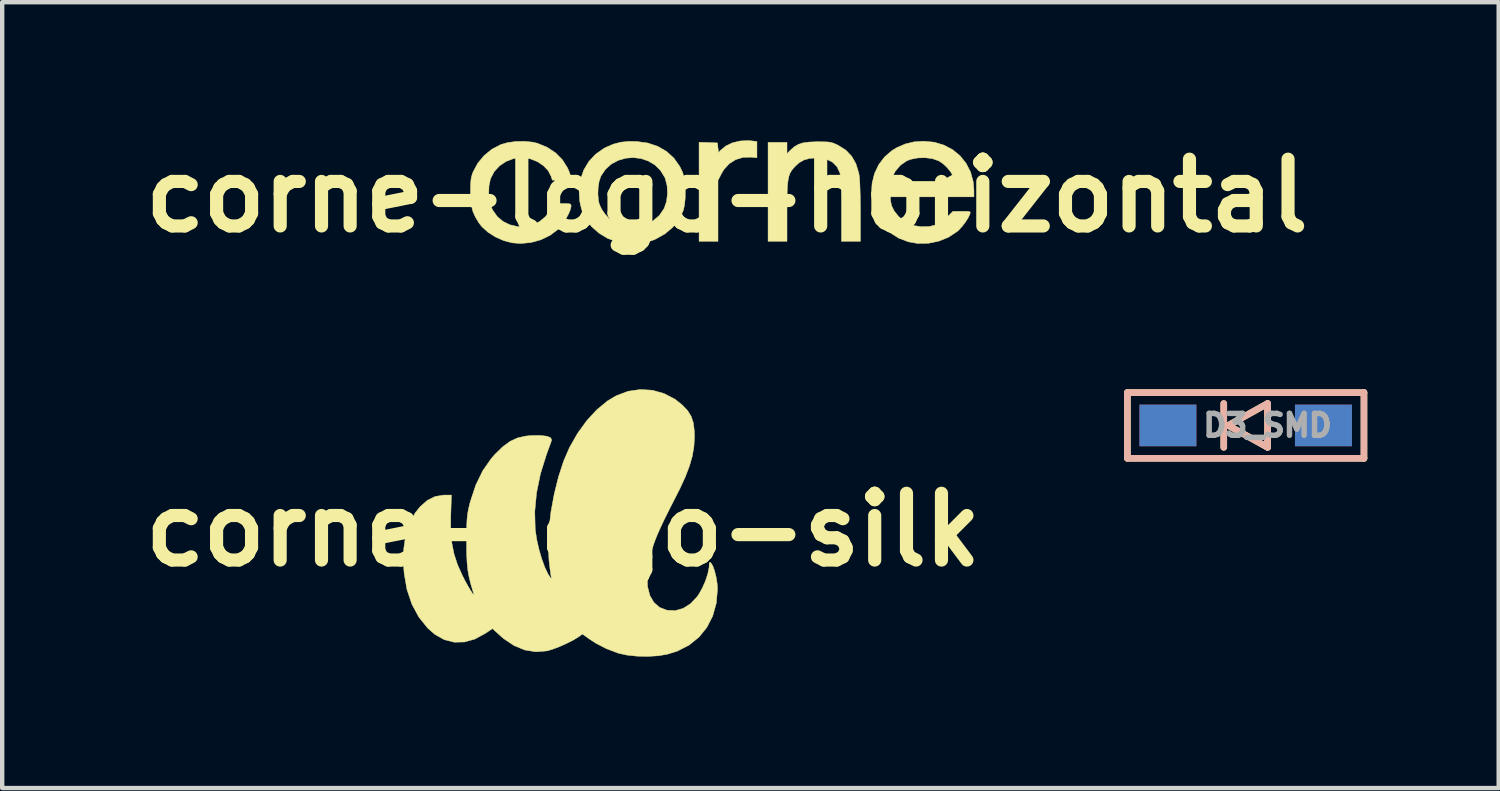
<source format=kicad_pcb>
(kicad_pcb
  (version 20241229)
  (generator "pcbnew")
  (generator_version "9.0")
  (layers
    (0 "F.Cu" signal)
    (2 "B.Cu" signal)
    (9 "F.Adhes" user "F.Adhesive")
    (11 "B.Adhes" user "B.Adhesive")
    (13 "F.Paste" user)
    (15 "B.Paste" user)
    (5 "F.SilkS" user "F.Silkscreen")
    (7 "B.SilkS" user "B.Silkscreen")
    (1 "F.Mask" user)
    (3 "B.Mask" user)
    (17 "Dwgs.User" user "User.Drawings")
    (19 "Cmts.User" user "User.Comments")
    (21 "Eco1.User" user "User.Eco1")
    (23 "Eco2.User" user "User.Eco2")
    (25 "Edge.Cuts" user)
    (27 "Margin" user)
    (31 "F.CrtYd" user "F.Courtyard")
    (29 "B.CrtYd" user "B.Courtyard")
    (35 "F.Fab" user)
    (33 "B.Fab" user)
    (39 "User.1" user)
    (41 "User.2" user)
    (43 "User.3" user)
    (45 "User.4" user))
  (footprint "D3_SMD"
    (layer "F.Cu")
    (at 25.384 6.661)
    (property "Reference" "D3_SMD" (at 0.5 0 0) (layer "F.Fab") (effects (font (size 0.5 0.5) (thickness 0.125))))
    (attr through_hole)
    (fp_line (start -2.7 -0.75) (end -2.7 0.75) (stroke (width 0.15) (type solid)) (layer "F.SilkS"))
    (fp_line (start -2.7 0.75) (end 2.7 0.75) (stroke (width 0.15) (type solid)) (layer "F.SilkS"))
    (fp_line (start -0.5 -0.5) (end -0.5 0.5) (stroke (width 0.15) (type solid)) (layer "F.SilkS"))
    (fp_line (start -0.4 0) (end 0.5 -0.5) (stroke (width 0.15) (type solid)) (layer "F.SilkS"))
    (fp_line (start 0.5 -0.5) (end 0.5 0.5) (stroke (width 0.15) (type solid)) (layer "F.SilkS"))
    (fp_line (start 0.5 0.5) (end -0.4 0) (stroke (width 0.15) (type solid)) (layer "F.SilkS"))
    (fp_line (start 2.7 -0.75) (end -2.7 -0.75) (stroke (width 0.15) (type solid)) (layer "F.SilkS"))
    (fp_line (start 2.7 -0.75) (end 2.7 0.75) (stroke (width 0.15) (type solid)) (layer "F.SilkS"))
    (fp_line (start -2.7 -0.75) (end -2.7 0.75) (stroke (width 0.15) (type solid)) (layer "B.SilkS"))
    (fp_line (start -2.7 0.75) (end 2.7 0.75) (stroke (width 0.15) (type solid)) (layer "B.SilkS"))
    (fp_line (start -0.5 -0.5) (end -0.5 0.5) (stroke (width 0.15) (type solid)) (layer "B.SilkS"))
    (fp_line (start -0.4 0) (end 0.5 -0.5) (stroke (width 0.15) (type solid)) (layer "B.SilkS"))
    (fp_line (start 0.5 -0.5) (end 0.5 0.5) (stroke (width 0.15) (type solid)) (layer "B.SilkS"))
    (fp_line (start 0.5 0.5) (end -0.4 0) (stroke (width 0.15) (type solid)) (layer "B.SilkS"))
    (fp_line (start 2.7 -0.75) (end -2.7 -0.75) (stroke (width 0.15) (type solid)) (layer "B.SilkS"))
    (fp_line (start 2.7 0.75) (end 2.7 -0.75) (stroke (width 0.15) (type solid)) (layer "B.SilkS"))
    (pad "1" smd rect (at -1.775 0) (size 1.3 0.95) (layers "F.Cu" "F.Mask" "F.Paste"))
    (pad "1" smd rect (at -1.775 0) (size 1.3 0.95) (layers "B.Cu" "B.Mask" "B.Paste"))
    (pad "2" smd rect (at 1.775 0) (size 1.3 0.95) (layers "F.Cu" "F.Mask" "F.Paste"))
    (pad "2" smd rect (at 1.775 0) (size 1.3 0.95) (layers "B.Cu" "B.Mask" "B.Paste")))
  (footprint "corne-logo-horizontal"
    (layer "F.Cu")
    (at 13.542 1.418)
    (property "Reference" "corne-logo-horizontal" (at 0 0 0) (layer "F.SilkS") (effects (font (size 1.524 1.524) (thickness 0.3))))
    (attr through_hole)
    (fp_poly (pts (xy 0.54 -1.255) (xy 0.686 -1.238) (xy 0.686 -0.867) (xy 0.552 -0.881) (xy 0.368 -0.876) (xy 0.199 -0.824) (xy 0.05 -0.729) (xy -0.071 -0.594) (xy -0.12 -0.512) (xy -0.203 -0.351) (xy -0.203 1.041) (xy -0.635 1.041) (xy -0.635 -1.221) (xy -0.425 -1.214) (xy -0.216 -1.206) (xy -0.191 -0.985) (xy -0.14 -1.041) (xy -0.022 -1.138) (xy 0.13 -1.209) (xy 0.304 -1.25) (xy 0.486 -1.259) (xy 0.54 -1.255)) (stroke (width 0.01) (type solid)) (fill yes) (layer "F.SilkS"))
    (fp_poly (pts (xy 2.202 -1.231) (xy 2.296 -1.228) (xy 2.366 -1.219) (xy 2.427 -1.202) (xy 2.491 -1.175) (xy 2.545 -1.149) (xy 2.716 -1.04) (xy 2.849 -0.901) (xy 2.946 -0.729) (xy 3.01 -0.52) (xy 3.021 -0.457) (xy 3.028 -0.386) (xy 3.035 -0.273) (xy 3.04 -0.128) (xy 3.045 0.041) (xy 3.047 0.225) (xy 3.048 0.375) (xy 3.048 1.041) (xy 2.616 1.041) (xy 2.616 0.322) (xy 2.616 0.093) (xy 2.614 -0.09) (xy 2.61 -0.235) (xy 2.604 -0.346) (xy 2.597 -0.43) (xy 2.587 -0.492) (xy 2.579 -0.523) (xy 2.514 -0.662) (xy 2.413 -0.765) (xy 2.278 -0.832) (xy 2.109 -0.862) (xy 2.055 -0.864) (xy 1.892 -0.853) (xy 1.762 -0.818) (xy 1.65 -0.754) (xy 1.57 -0.683) (xy 1.516 -0.626) (xy 1.473 -0.57) (xy 1.439 -0.51) (xy 1.414 -0.437) (xy 1.396 -0.347) (xy 1.383 -0.233) (xy 1.376 -0.089) (xy 1.373 0.093) (xy 1.372 0.317) (xy 1.372 0.373) (xy 1.372 1.041) (xy 0.94 1.041) (xy 0.94 -1.219) (xy 1.372 -1.219) (xy 1.372 -0.961) (xy 1.454 -1.044) (xy 1.54 -1.119) (xy 1.631 -1.172) (xy 1.737 -1.207) (xy 1.869 -1.225) (xy 2.039 -1.232) (xy 2.071 -1.232) (xy 2.202 -1.231)) (stroke (width 0.01) (type solid)) (fill yes) (layer "F.SilkS"))
    (fp_poly (pts (xy -2.058 -1.238) (xy -1.804 -1.203) (xy -1.576 -1.126) (xy -1.376 -1.01) (xy -1.208 -0.857) (xy -1.075 -0.668) (xy -1.01 -0.533) (xy -0.978 -0.419) (xy -0.958 -0.272) (xy -0.949 -0.106) (xy -0.952 0.06) (xy -0.967 0.213) (xy -0.995 0.334) (xy -0.998 0.343) (xy -1.094 0.54) (xy -1.233 0.717) (xy -1.41 0.867) (xy -1.618 0.985) (xy -1.693 1.017) (xy -1.825 1.053) (xy -1.988 1.076) (xy -2.164 1.086) (xy -2.333 1.082) (xy -2.479 1.062) (xy -2.512 1.054) (xy -2.726 0.971) (xy -2.92 0.853) (xy -3.087 0.706) (xy -3.218 0.536) (xy -3.269 0.441) (xy -3.307 0.338) (xy -3.341 0.214) (xy -3.361 0.111) (xy -3.369 -0.031) (xy -2.944 -0.031) (xy -2.93 0.117) (xy -2.91 0.198) (xy -2.857 0.311) (xy -2.776 0.426) (xy -2.682 0.528) (xy -2.588 0.598) (xy -2.582 0.602) (xy -2.385 0.678) (xy -2.18 0.708) (xy -1.976 0.692) (xy -1.864 0.661) (xy -1.687 0.574) (xy -1.542 0.451) (xy -1.435 0.294) (xy -1.43 0.285) (xy -1.377 0.129) (xy -1.356 -0.048) (xy -1.365 -0.227) (xy -1.406 -0.39) (xy -1.418 -0.419) (xy -1.516 -0.578) (xy -1.643 -0.703) (xy -1.794 -0.793) (xy -1.96 -0.849) (xy -2.135 -0.871) (xy -2.31 -0.857) (xy -2.479 -0.808) (xy -2.635 -0.725) (xy -2.769 -0.606) (xy -2.874 -0.452) (xy -2.915 -0.334) (xy -2.939 -0.187) (xy -2.944 -0.031) (xy -3.369 -0.031) (xy -3.374 -0.137) (xy -3.342 -0.371) (xy -3.267 -0.588) (xy -3.151 -0.782) (xy -2.998 -0.947) (xy -2.809 -1.08) (xy -2.765 -1.103) (xy -2.591 -1.178) (xy -2.419 -1.223) (xy -2.234 -1.241) (xy -2.058 -1.238)) (stroke (width 0.01) (type solid)) (fill yes) (layer "F.SilkS"))
    (fp_poly (pts (xy -4.44 -1.224) (xy -4.326 -1.198) (xy -4.105 -1.107) (xy -3.913 -0.981) (xy -3.756 -0.823) (xy -3.639 -0.638) (xy -3.604 -0.558) (xy -3.57 -0.464) (xy -3.558 -0.405) (xy -3.576 -0.373) (xy -3.628 -0.359) (xy -3.723 -0.356) (xy -3.77 -0.356) (xy -3.984 -0.356) (xy -4.015 -0.449) (xy -4.081 -0.575) (xy -4.188 -0.686) (xy -4.324 -0.777) (xy -4.48 -0.84) (xy -4.644 -0.87) (xy -4.686 -0.871) (xy -4.869 -0.848) (xy -5.039 -0.784) (xy -5.188 -0.684) (xy -5.309 -0.554) (xy -5.39 -0.401) (xy -5.397 -0.384) (xy -5.43 -0.225) (xy -5.436 -0.05) (xy -5.415 0.124) (xy -5.369 0.278) (xy -5.346 0.327) (xy -5.241 0.477) (xy -5.106 0.589) (xy -4.958 0.661) (xy -4.78 0.704) (xy -4.6 0.704) (xy -4.428 0.664) (xy -4.273 0.587) (xy -4.142 0.478) (xy -4.043 0.338) (xy -4.022 0.291) (xy -3.975 0.178) (xy -3.766 0.178) (xy -3.663 0.179) (xy -3.601 0.183) (xy -3.569 0.193) (xy -3.558 0.213) (xy -3.556 0.238) (xy -3.572 0.313) (xy -3.613 0.413) (xy -3.673 0.524) (xy -3.744 0.634) (xy -3.819 0.729) (xy -3.857 0.769) (xy -4.037 0.904) (xy -4.246 1.005) (xy -4.473 1.068) (xy -4.707 1.09) (xy -4.902 1.075) (xy -5.095 1.024) (xy -5.283 0.941) (xy -5.453 0.833) (xy -5.592 0.707) (xy -5.659 0.622) (xy -5.74 0.488) (xy -5.796 0.363) (xy -5.831 0.232) (xy -5.848 0.08) (xy -5.853 -0.089) (xy -5.851 -0.23) (xy -5.845 -0.334) (xy -5.834 -0.415) (xy -5.814 -0.487) (xy -5.795 -0.54) (xy -5.689 -0.739) (xy -5.543 -0.916) (xy -5.364 -1.062) (xy -5.159 -1.169) (xy -5.156 -1.17) (xy -5 -1.214) (xy -4.816 -1.238) (xy -4.623 -1.242) (xy -4.44 -1.224)) (stroke (width 0.01) (type solid)) (fill yes) (layer "F.SilkS"))
    (fp_poly (pts (xy 4.734 -1.222) (xy 4.956 -1.155) (xy 5.155 -1.05) (xy 5.325 -0.909) (xy 5.462 -0.737) (xy 5.563 -0.539) (xy 5.623 -0.317) (xy 5.639 -0.122) (xy 5.639 0.025) (xy 3.734 0.025) (xy 3.734 0.098) (xy 3.757 0.222) (xy 3.82 0.349) (xy 3.916 0.47) (xy 4.037 0.574) (xy 4.126 0.628) (xy 4.262 0.68) (xy 4.422 0.705) (xy 4.435 0.706) (xy 4.618 0.703) (xy 4.771 0.666) (xy 4.909 0.591) (xy 5.024 0.491) (xy 5.16 0.356) (xy 5.363 0.356) (xy 5.463 0.356) (xy 5.523 0.36) (xy 5.55 0.37) (xy 5.555 0.389) (xy 5.549 0.413) (xy 5.511 0.498) (xy 5.446 0.601) (xy 5.366 0.705) (xy 5.284 0.793) (xy 5.253 0.819) (xy 5.054 0.949) (xy 4.832 1.038) (xy 4.595 1.086) (xy 4.354 1.089) (xy 4.143 1.052) (xy 3.922 0.968) (xy 3.727 0.844) (xy 3.563 0.686) (xy 3.436 0.498) (xy 3.35 0.285) (xy 3.33 0.208) (xy 3.3 -0.042) (xy 3.314 -0.281) (xy 3.326 -0.33) (xy 3.735 -0.33) (xy 4.458 -0.33) (xy 4.671 -0.33) (xy 4.838 -0.331) (xy 4.965 -0.334) (xy 5.057 -0.337) (xy 5.119 -0.342) (xy 5.157 -0.349) (xy 5.176 -0.358) (xy 5.182 -0.369) (xy 5.182 -0.369) (xy 5.161 -0.451) (xy 5.107 -0.547) (xy 5.027 -0.644) (xy 4.933 -0.732) (xy 4.833 -0.798) (xy 4.83 -0.799) (xy 4.691 -0.847) (xy 4.527 -0.868) (xy 4.356 -0.863) (xy 4.197 -0.832) (xy 4.105 -0.796) (xy 3.959 -0.695) (xy 3.84 -0.553) (xy 3.759 -0.394) (xy 3.735 -0.33) (xy 3.326 -0.33) (xy 3.369 -0.505) (xy 3.465 -0.708) (xy 3.599 -0.885) (xy 3.768 -1.031) (xy 3.88 -1.099) (xy 4.075 -1.183) (xy 4.272 -1.23) (xy 4.492 -1.245) (xy 4.734 -1.222)) (stroke (width 0.01) (type solid)) (fill yes) (layer "F.SilkS")))
  (footprint "corne-logo-silk"
    (layer "F.Cu")
    (at 9.804 9.044)
    (property "Reference" "corne-logo-silk" (at 0 0 0) (layer "F.SilkS") (effects (font (size 1.524 1.524) (thickness 0.3))))
    (attr through_hole)
    (fp_poly (pts (xy 2.039 -3.186) (xy 2.305 -3.111) (xy 2.554 -2.981) (xy 2.716 -2.853) (xy 2.84 -2.723) (xy 2.923 -2.59) (xy 2.973 -2.439) (xy 2.995 -2.253) (xy 2.998 -2.111) (xy 2.985 -1.897) (xy 2.949 -1.684) (xy 2.885 -1.461) (xy 2.792 -1.216) (xy 2.664 -0.938) (xy 2.583 -0.778) (xy 2.436 -0.49) (xy 2.316 -0.25) (xy 2.22 -0.047) (xy 2.143 0.127) (xy 2.083 0.28) (xy 2.036 0.421) (xy 1.998 0.56) (xy 1.966 0.705) (xy 1.951 0.784) (xy 1.918 1.059) (xy 1.928 1.299) (xy 1.98 1.5) (xy 2.072 1.658) (xy 2.204 1.772) (xy 2.37 1.835) (xy 2.557 1.844) (xy 2.74 1.793) (xy 2.909 1.686) (xy 3.059 1.526) (xy 3.093 1.479) (xy 3.175 1.334) (xy 3.248 1.169) (xy 3.302 1.005) (xy 3.331 0.864) (xy 3.334 0.82) (xy 3.337 0.753) (xy 3.353 0.741) (xy 3.38 0.763) (xy 3.419 0.83) (xy 3.458 0.942) (xy 3.492 1.078) (xy 3.515 1.221) (xy 3.524 1.35) (xy 3.496 1.673) (xy 3.414 1.967) (xy 3.281 2.227) (xy 3.1 2.45) (xy 2.874 2.632) (xy 2.606 2.769) (xy 2.374 2.841) (xy 2.167 2.875) (xy 1.932 2.889) (xy 1.689 2.884) (xy 1.461 2.86) (xy 1.27 2.819) (xy 1.254 2.814) (xy 0.986 2.712) (xy 0.753 2.592) (xy 0.594 2.488) (xy 0.441 2.379) (xy 0.352 2.443) (xy 0.228 2.519) (xy 0.068 2.599) (xy -0.104 2.675) (xy -0.265 2.734) (xy -0.373 2.764) (xy -0.623 2.784) (xy -0.874 2.743) (xy -1.12 2.642) (xy -1.357 2.484) (xy -1.433 2.418) (xy -1.613 2.254) (xy -1.777 2.365) (xy -2.016 2.494) (xy -2.254 2.56) (xy -2.487 2.565) (xy -2.713 2.507) (xy -2.927 2.387) (xy -3.091 2.244) (xy -3.294 1.991) (xy -3.453 1.696) (xy -3.565 1.361) (xy -3.629 0.99) (xy -3.643 0.806) (xy -3.639 0.444) (xy -3.595 0.128) (xy -3.508 -0.146) (xy -3.379 -0.384) (xy -3.265 -0.527) (xy -3.098 -0.674) (xy -2.922 -0.761) (xy -2.727 -0.793) (xy -2.712 -0.793) (xy -2.55 -0.794) (xy -2.565 -0.319) (xy -2.566 0.008) (xy -2.542 0.291) (xy -2.491 0.549) (xy -2.41 0.798) (xy -2.302 1.038) (xy -2.24 1.16) (xy -2.177 1.275) (xy -2.119 1.372) (xy -2.073 1.444) (xy -2.044 1.482) (xy -2.037 1.475) (xy -2.04 1.46) (xy -2.101 1.262) (xy -2.145 1.087) (xy -2.175 0.92) (xy -2.193 0.743) (xy -2.202 0.539) (xy -2.204 0.291) (xy -2.204 0.254) (xy -2.203 0.038) (xy -2.199 -0.129) (xy -2.192 -0.26) (xy -2.179 -0.371) (xy -2.16 -0.475) (xy -2.134 -0.586) (xy -2.117 -0.649) (xy -1.993 -1.023) (xy -1.835 -1.348) (xy -1.639 -1.629) (xy -1.555 -1.724) (xy -1.378 -1.897) (xy -1.211 -2.019) (xy -1.041 -2.098) (xy -0.851 -2.141) (xy -0.699 -2.154) (xy -0.506 -2.153) (xy -0.367 -2.136) (xy -0.285 -2.102) (xy -0.262 -2.052) (xy -0.265 -2.039) (xy -0.283 -1.986) (xy -0.318 -1.89) (xy -0.362 -1.769) (xy -0.382 -1.714) (xy -0.518 -1.278) (xy -0.607 -0.842) (xy -0.647 -0.418) (xy -0.637 -0.017) (xy -0.632 0.028) (xy -0.6 0.234) (xy -0.55 0.453) (xy -0.487 0.667) (xy -0.417 0.858) (xy -0.345 1.008) (xy -0.328 1.036) (xy -0.286 1.096) (xy -0.266 1.115) (xy -0.267 1.103) (xy -0.277 1.05) (xy -0.292 0.949) (xy -0.308 0.816) (xy -0.322 0.7) (xy -0.339 0.358) (xy -0.323 -0.02) (xy -0.277 -0.417) (xy -0.203 -0.819) (xy -0.106 -1.209) (xy 0.012 -1.57) (xy 0.149 -1.887) (xy 0.151 -1.889) (xy 0.333 -2.208) (xy 0.542 -2.495) (xy 0.769 -2.741) (xy 1.008 -2.939) (xy 1.213 -3.062) (xy 1.484 -3.163) (xy 1.762 -3.203) (xy 2.039 -3.186)) (stroke (width 0.01) (type solid)) (fill yes) (layer "F.SilkS")))
  (gr_rect
    (start -3 -3)
    (end 31.159 14.938)
    (stroke (width 0.1) (type default))
    (fill no)
    (layer "Edge.Cuts")))
</source>
